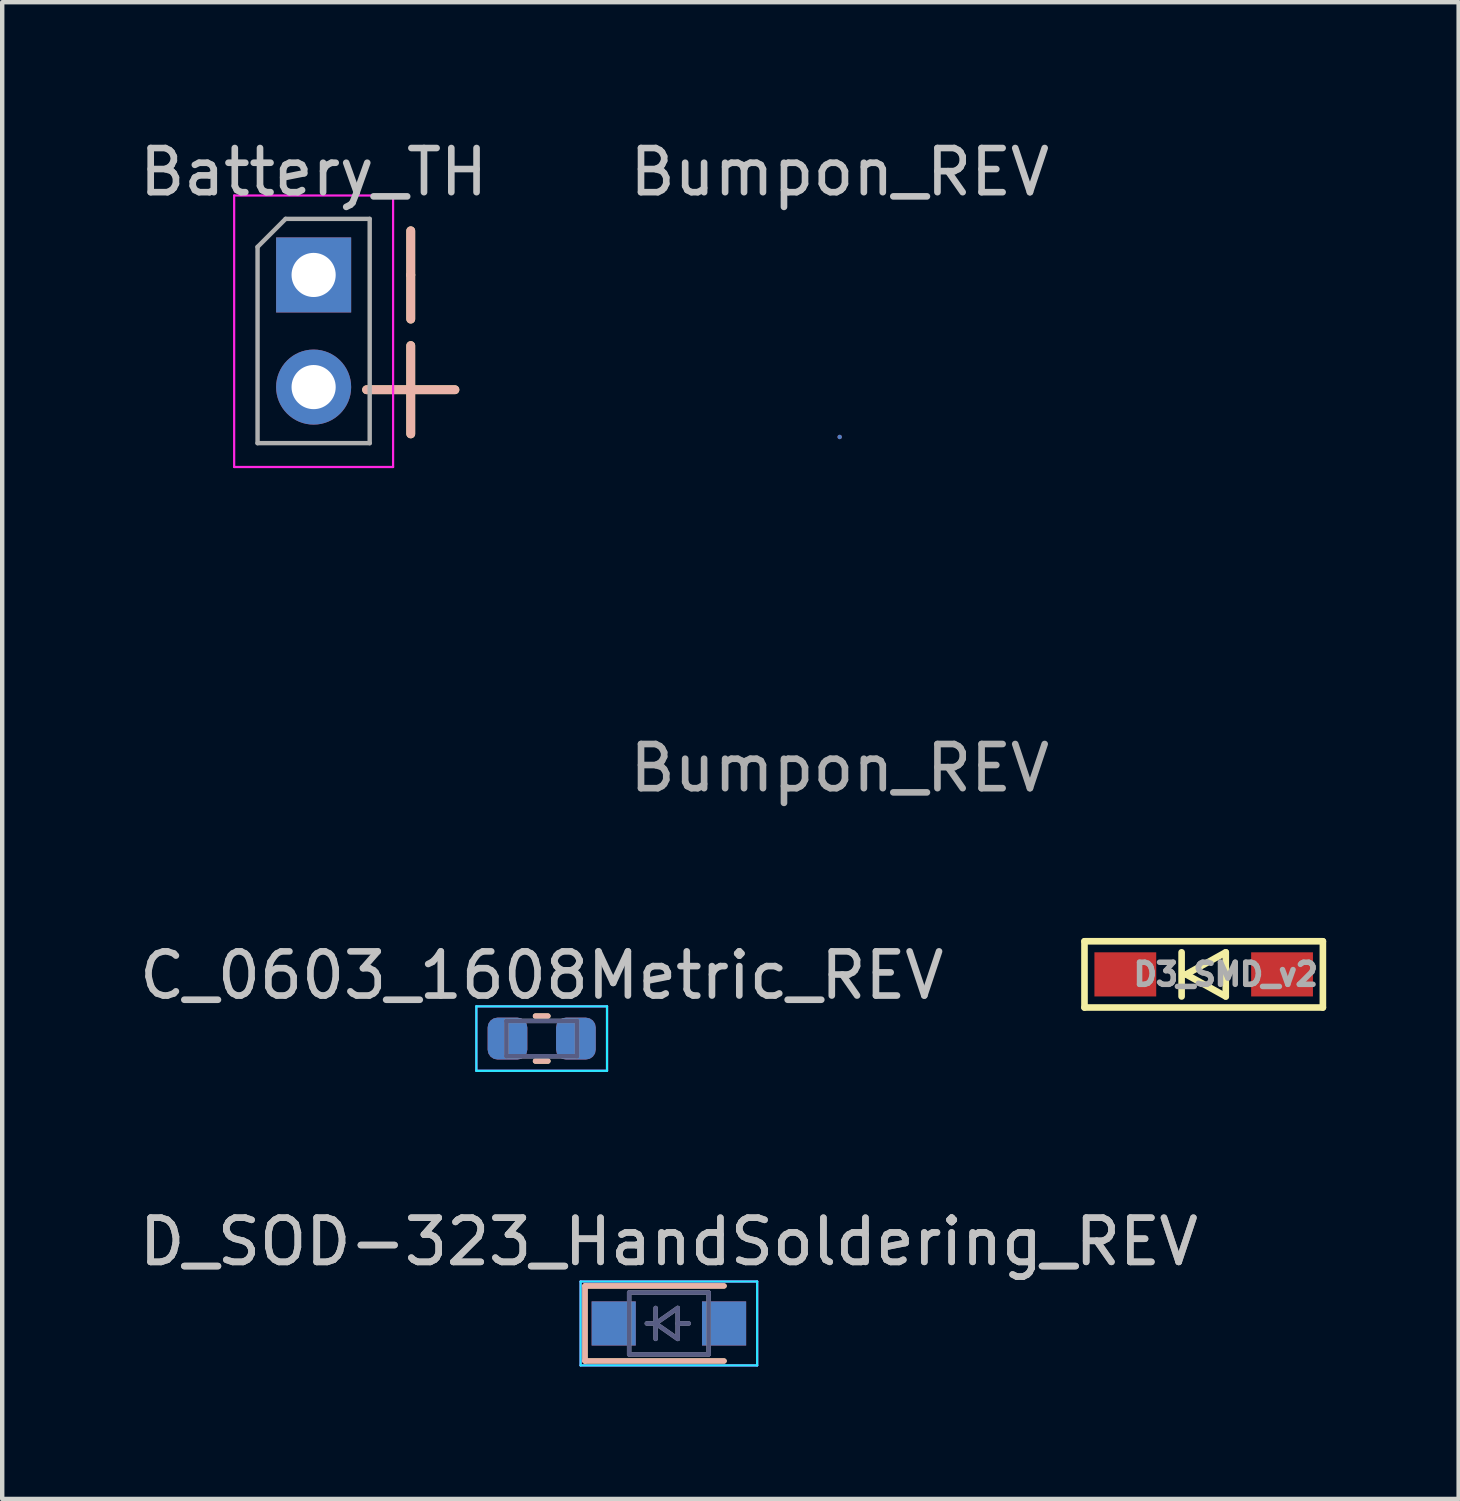
<source format=kicad_pcb>
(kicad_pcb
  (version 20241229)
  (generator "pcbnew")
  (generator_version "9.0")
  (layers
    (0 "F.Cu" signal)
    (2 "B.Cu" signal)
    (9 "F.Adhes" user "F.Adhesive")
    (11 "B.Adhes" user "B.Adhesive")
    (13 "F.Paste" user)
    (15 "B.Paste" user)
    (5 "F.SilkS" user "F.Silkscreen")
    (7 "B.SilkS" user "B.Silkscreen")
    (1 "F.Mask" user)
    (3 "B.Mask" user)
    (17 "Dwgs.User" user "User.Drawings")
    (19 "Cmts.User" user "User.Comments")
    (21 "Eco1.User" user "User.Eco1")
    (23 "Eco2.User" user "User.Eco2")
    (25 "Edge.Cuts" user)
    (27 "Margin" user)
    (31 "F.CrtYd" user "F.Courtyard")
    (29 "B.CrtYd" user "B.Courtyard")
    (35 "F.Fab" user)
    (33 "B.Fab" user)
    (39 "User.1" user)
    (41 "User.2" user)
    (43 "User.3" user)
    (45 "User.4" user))
  (footprint "Battery_TH"
    (layer "F.Cu")
    (at 4.054 3.178)
    (property "Reference" "Battery_TH" (at 0 -2.33 0) (layer "Dwgs.User") (effects (font (size 1 1) (thickness 0.15))))
    (attr through_hole)
    (fp_line (start 1.2 2.6) (end 2.2 2.6) (stroke (width 0.2) (type solid)) (layer "F.SilkS"))
    (fp_line (start 2.2 -1) (end 2.2 0) (stroke (width 0.2) (type solid)) (layer "F.SilkS"))
    (fp_line (start 2.2 0) (end 2.2 1) (stroke (width 0.2) (type solid)) (layer "F.SilkS"))
    (fp_line (start 2.2 1.6) (end 2.2 2.6) (stroke (width 0.2) (type solid)) (layer "F.SilkS"))
    (fp_line (start 2.2 2.6) (end 2.2 3.6) (stroke (width 0.2) (type solid)) (layer "F.SilkS"))
    (fp_line (start 2.2 2.6) (end 3.2 2.6) (stroke (width 0.2) (type solid)) (layer "F.SilkS"))
    (fp_line (start 2.2 0) (end 2.2 -1) (stroke (width 0.2) (type solid)) (layer "B.SilkS"))
    (fp_line (start 2.2 1) (end 2.2 0) (stroke (width 0.2) (type solid)) (layer "B.SilkS"))
    (fp_line (start 2.2 1.6) (end 2.2 2.6) (stroke (width 0.2) (type solid)) (layer "B.SilkS"))
    (fp_line (start 2.2 2.6) (end 1.2 2.6) (stroke (width 0.2) (type solid)) (layer "B.SilkS"))
    (fp_line (start 2.2 2.6) (end 2.2 3.6) (stroke (width 0.2) (type solid)) (layer "B.SilkS"))
    (fp_line (start 3.2 2.6) (end 2.2 2.6) (stroke (width 0.2) (type solid)) (layer "B.SilkS"))
    (fp_line (start -1.8 -1.8) (end -1.8 4.35) (stroke (width 0.05) (type solid)) (layer "F.CrtYd"))
    (fp_line (start -1.8 4.35) (end 1.8 4.35) (stroke (width 0.05) (type solid)) (layer "F.CrtYd"))
    (fp_line (start 1.8 -1.8) (end -1.8 -1.8) (stroke (width 0.05) (type solid)) (layer "F.CrtYd"))
    (fp_line (start 1.8 4.35) (end 1.8 -1.8) (stroke (width 0.05) (type solid)) (layer "F.CrtYd"))
    (fp_line (start -1.27 -0.635) (end -0.635 -1.27) (stroke (width 0.1) (type solid)) (layer "F.Fab"))
    (fp_line (start -1.27 3.81) (end -1.27 -0.635) (stroke (width 0.1) (type solid)) (layer "F.Fab"))
    (fp_line (start -0.635 -1.27) (end 1.27 -1.27) (stroke (width 0.1) (type solid)) (layer "F.Fab"))
    (fp_line (start 1.27 -1.27) (end 1.27 3.81) (stroke (width 0.1) (type solid)) (layer "F.Fab"))
    (fp_line (start 1.27 3.81) (end -1.27 3.81) (stroke (width 0.1) (type solid)) (layer "F.Fab"))
    (pad "1" thru_hole rect (at 0 0) (size 1.7 1.7) (drill 1) (layers "*.Cu" "*.Mask"))
    (pad "2" thru_hole oval (at 0 2.54) (size 1.7 1.7) (drill 1) (layers "*.Cu" "*.Mask")))
  (footprint "D3_SMD_v2"
    (layer "F.Cu")
    (at 24.215 19.021)
    (property "Reference" "D3_SMD_v2" (at 0.5 0 0) (layer "F.Fab") (effects (font (size 0.5 0.5) (thickness 0.125))))
    (attr through_hole)
    (fp_line (start -2.7 -0.75) (end -2.7 0.75) (stroke (width 0.15) (type solid)) (layer "F.SilkS"))
    (fp_line (start -2.7 0.75) (end 2.7 0.75) (stroke (width 0.15) (type solid)) (layer "F.SilkS"))
    (fp_line (start -0.5 -0.5) (end -0.5 0.5) (stroke (width 0.15) (type solid)) (layer "F.SilkS"))
    (fp_line (start -0.4 0) (end 0.5 -0.5) (stroke (width 0.15) (type solid)) (layer "F.SilkS"))
    (fp_line (start 0.5 -0.5) (end 0.5 0.5) (stroke (width 0.15) (type solid)) (layer "F.SilkS"))
    (fp_line (start 0.5 0.5) (end -0.4 0) (stroke (width 0.15) (type solid)) (layer "F.SilkS"))
    (fp_line (start 2.7 -0.75) (end -2.7 -0.75) (stroke (width 0.15) (type solid)) (layer "F.SilkS"))
    (fp_line (start 2.7 -0.75) (end 2.7 0.75) (stroke (width 0.15) (type solid)) (layer "F.SilkS"))
    (pad "1" smd rect (at -1.775 0) (size 1.4 1) (layers "F.Cu" "F.Mask" "F.Paste"))
    (pad "2" smd rect (at 1.775 0) (size 1.4 1) (layers "F.Cu" "F.Mask" "F.Paste")))
  (footprint "C_0603_1608Metric_REV"
    (layer "F.Cu")
    (at 9.22 20.475)
    (property "Reference" "C_0603_1608Metric_REV" (at 0 -1.43 0) (layer "Dwgs.User") (effects (font (size 1 1) (thickness 0.15))))
    (attr smd)
    (fp_line (start -0.141 -0.51) (end 0.141 -0.51) (stroke (width 0.12) (type solid)) (layer "F.SilkS"))
    (fp_line (start -0.141 0.51) (end 0.141 0.51) (stroke (width 0.12) (type solid)) (layer "F.SilkS"))
    (fp_line (start -0.141 -0.51) (end 0.141 -0.51) (stroke (width 0.12) (type solid)) (layer "B.SilkS"))
    (fp_line (start -0.141 0.51) (end 0.141 0.51) (stroke (width 0.12) (type solid)) (layer "B.SilkS"))
    (fp_line (start -1.48 -0.73) (end -1.48 0.73) (stroke (width 0.05) (type solid)) (layer "B.CrtYd"))
    (fp_line (start -1.48 0.73) (end 1.48 0.73) (stroke (width 0.05) (type solid)) (layer "B.CrtYd"))
    (fp_line (start 1.48 -0.73) (end -1.48 -0.73) (stroke (width 0.05) (type solid)) (layer "B.CrtYd"))
    (fp_line (start 1.48 0.73) (end 1.48 -0.73) (stroke (width 0.05) (type solid)) (layer "B.CrtYd"))
    (fp_line (start -1.48 -0.73) (end 1.48 -0.73) (stroke (width 0.05) (type solid)) (layer "F.CrtYd"))
    (fp_line (start -1.48 0.73) (end -1.48 -0.73) (stroke (width 0.05) (type solid)) (layer "F.CrtYd"))
    (fp_line (start 1.48 -0.73) (end 1.48 0.73) (stroke (width 0.05) (type solid)) (layer "F.CrtYd"))
    (fp_line (start 1.48 0.73) (end -1.48 0.73) (stroke (width 0.05) (type solid)) (layer "F.CrtYd"))
    (fp_line (start -0.8 -0.4) (end -0.8 0.4) (stroke (width 0.1) (type solid)) (layer "B.Fab"))
    (fp_line (start -0.8 0.4) (end 0.8 0.4) (stroke (width 0.1) (type solid)) (layer "B.Fab"))
    (fp_line (start 0.8 -0.4) (end -0.8 -0.4) (stroke (width 0.1) (type solid)) (layer "B.Fab"))
    (fp_line (start 0.8 0.4) (end 0.8 -0.4) (stroke (width 0.1) (type solid)) (layer "B.Fab"))
    (fp_line (start -0.8 -0.4) (end 0.8 -0.4) (stroke (width 0.1) (type solid)) (layer "F.Fab"))
    (fp_line (start -0.8 0.4) (end -0.8 -0.4) (stroke (width 0.1) (type solid)) (layer "F.Fab"))
    (fp_line (start 0.8 -0.4) (end 0.8 0.4) (stroke (width 0.1) (type solid)) (layer "F.Fab"))
    (fp_line (start 0.8 0.4) (end -0.8 0.4) (stroke (width 0.1) (type solid)) (layer "F.Fab"))
    (pad "1" smd roundrect (at -0.775 0) (size 0.9 0.95) (layers "F.Cu" "F.Mask" "F.Paste") (roundrect_rratio 0.25))
    (pad "1" smd roundrect (at -0.775 0 180) (size 0.9 0.95) (layers "B.Cu" "B.Mask" "B.Paste") (roundrect_rratio 0.25))
    (pad "2" smd roundrect (at 0.775 0) (size 0.9 0.95) (layers "F.Cu" "F.Mask" "F.Paste") (roundrect_rratio 0.25))
    (pad "2" smd roundrect (at 0.775 0 180) (size 0.9 0.95) (layers "B.Cu" "B.Mask" "B.Paste") (roundrect_rratio 0.25)))
  (footprint "D_SOD-323_HandSoldering_REV"
    (layer "F.Cu")
    (at 12.101 26.928)
    (property "Reference" "D_SOD-323_HandSoldering_REV" (at 0 -1.85 0) (layer "Dwgs.User") (effects (font (size 1 1) (thickness 0.15))))
    (attr smd)
    (fp_line (start -1.9 -0.85) (end -1.9 0.85) (stroke (width 0.12) (type solid)) (layer "F.SilkS"))
    (fp_line (start -1.9 -0.85) (end 1.25 -0.85) (stroke (width 0.12) (type solid)) (layer "F.SilkS"))
    (fp_line (start -1.9 0.85) (end 1.25 0.85) (stroke (width 0.12) (type solid)) (layer "F.SilkS"))
    (fp_line (start -1.9 -0.85) (end 1.25 -0.85) (stroke (width 0.12) (type solid)) (layer "B.SilkS"))
    (fp_line (start -1.9 0.85) (end -1.9 -0.85) (stroke (width 0.12) (type solid)) (layer "B.SilkS"))
    (fp_line (start -1.9 0.85) (end 1.25 0.85) (stroke (width 0.12) (type solid)) (layer "B.SilkS"))
    (fp_line (start -2 -0.95) (end 2 -0.95) (stroke (width 0.05) (type solid)) (layer "B.CrtYd"))
    (fp_line (start -2 0.95) (end -2 -0.95) (stroke (width 0.05) (type solid)) (layer "B.CrtYd"))
    (fp_line (start -2 0.95) (end 2 0.95) (stroke (width 0.05) (type solid)) (layer "B.CrtYd"))
    (fp_line (start 2 0.95) (end 2 -0.95) (stroke (width 0.05) (type solid)) (layer "B.CrtYd"))
    (fp_line (start -2 -0.95) (end -2 0.95) (stroke (width 0.05) (type solid)) (layer "F.CrtYd"))
    (fp_line (start -2 -0.95) (end 2 -0.95) (stroke (width 0.05) (type solid)) (layer "F.CrtYd"))
    (fp_line (start -2 0.95) (end 2 0.95) (stroke (width 0.05) (type solid)) (layer "F.CrtYd"))
    (fp_line (start 2 -0.95) (end 2 0.95) (stroke (width 0.05) (type solid)) (layer "F.CrtYd"))
    (fp_line (start -0.9 -0.7) (end -0.9 0.7) (stroke (width 0.1) (type solid)) (layer "B.Fab"))
    (fp_line (start -0.9 0.7) (end 0.9 0.7) (stroke (width 0.1) (type solid)) (layer "B.Fab"))
    (fp_line (start -0.3 0) (end -0.5 0) (stroke (width 0.1) (type solid)) (layer "B.Fab"))
    (fp_line (start -0.3 0) (end 0.2 0.35) (stroke (width 0.1) (type solid)) (layer "B.Fab"))
    (fp_line (start -0.3 0.35) (end -0.3 -0.35) (stroke (width 0.1) (type solid)) (layer "B.Fab"))
    (fp_line (start 0.2 -0.35) (end -0.3 0) (stroke (width 0.1) (type solid)) (layer "B.Fab"))
    (fp_line (start 0.2 0) (end 0.45 0) (stroke (width 0.1) (type solid)) (layer "B.Fab"))
    (fp_line (start 0.2 0.35) (end 0.2 -0.35) (stroke (width 0.1) (type solid)) (layer "B.Fab"))
    (fp_line (start 0.9 -0.7) (end -0.9 -0.7) (stroke (width 0.1) (type solid)) (layer "B.Fab"))
    (fp_line (start 0.9 0.7) (end 0.9 -0.7) (stroke (width 0.1) (type solid)) (layer "B.Fab"))
    (fp_line (start -0.9 -0.7) (end 0.9 -0.7) (stroke (width 0.1) (type solid)) (layer "F.Fab"))
    (fp_line (start -0.9 0.7) (end -0.9 -0.7) (stroke (width 0.1) (type solid)) (layer "F.Fab"))
    (fp_line (start -0.3 -0.35) (end -0.3 0.35) (stroke (width 0.1) (type solid)) (layer "F.Fab"))
    (fp_line (start -0.3 0) (end -0.5 0) (stroke (width 0.1) (type solid)) (layer "F.Fab"))
    (fp_line (start -0.3 0) (end 0.2 -0.35) (stroke (width 0.1) (type solid)) (layer "F.Fab"))
    (fp_line (start 0.2 -0.35) (end 0.2 0.35) (stroke (width 0.1) (type solid)) (layer "F.Fab"))
    (fp_line (start 0.2 0) (end 0.45 0) (stroke (width 0.1) (type solid)) (layer "F.Fab"))
    (fp_line (start 0.2 0.35) (end -0.3 0) (stroke (width 0.1) (type solid)) (layer "F.Fab"))
    (fp_line (start 0.9 -0.7) (end 0.9 0.7) (stroke (width 0.1) (type solid)) (layer "F.Fab"))
    (fp_line (start 0.9 0.7) (end -0.9 0.7) (stroke (width 0.1) (type solid)) (layer "F.Fab"))
    (fp_text user "${REFERENCE}" (at 0 -1.85 0) (layer "F.Fab") (effects (font (size 1 1) (thickness 0.15))))
    (pad "1" smd rect (at -1.25 0) (size 1 1) (layers "F.Cu" "F.Mask" "F.Paste"))
    (pad "1" smd rect (at -1.25 0 180) (size 1 1) (layers "B.Cu" "B.Mask" "B.Paste"))
    (pad "2" smd rect (at 1.25 0) (size 1 1) (layers "F.Cu" "F.Mask" "F.Paste"))
    (pad "2" smd rect (at 1.25 0 180) (size 1 1) (layers "B.Cu" "B.Mask" "B.Paste")))
  (footprint "Bumpon_REV"
    (layer "F.Cu")
    (at 15.97 6.848)
    (property "Reference" "Bumpon_REV" (at 0 -6 0) (unlocked yes) (layer "Dwgs.User") (effects (font (size 1 1) (thickness 0.15))))
    (fp_text user "${REFERENCE}" (at 0 7.5 0) (unlocked yes) (layer "F.Fab") (effects (font (size 1 1) (thickness 0.15))))
    (pad "" smd circle (at 0 0) (size 0.1 0.1) (layers "F.Cu" "F.Mask" "F.Paste"))
    (pad "" smd circle (at 0 0) (size 0.1 0.1) (layers "B.Cu" "B.Mask" "B.Paste")))
  (gr_rect
    (start -3 -3)
    (end 29.99 30.903)
    (stroke (width 0.1) (type default))
    (fill no)
    (layer "Edge.Cuts")))
</source>
